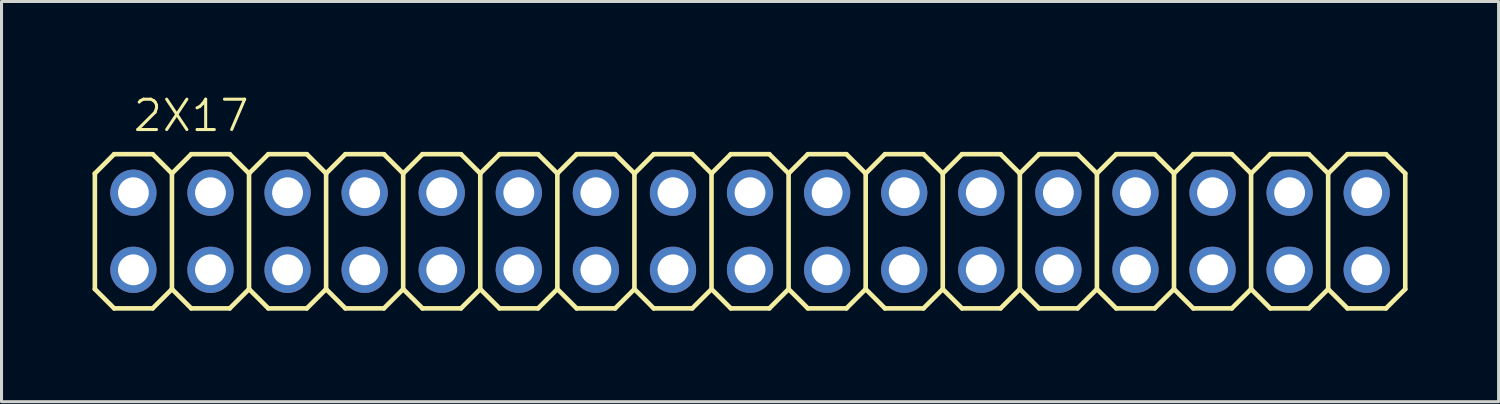
<source format=kicad_pcb>
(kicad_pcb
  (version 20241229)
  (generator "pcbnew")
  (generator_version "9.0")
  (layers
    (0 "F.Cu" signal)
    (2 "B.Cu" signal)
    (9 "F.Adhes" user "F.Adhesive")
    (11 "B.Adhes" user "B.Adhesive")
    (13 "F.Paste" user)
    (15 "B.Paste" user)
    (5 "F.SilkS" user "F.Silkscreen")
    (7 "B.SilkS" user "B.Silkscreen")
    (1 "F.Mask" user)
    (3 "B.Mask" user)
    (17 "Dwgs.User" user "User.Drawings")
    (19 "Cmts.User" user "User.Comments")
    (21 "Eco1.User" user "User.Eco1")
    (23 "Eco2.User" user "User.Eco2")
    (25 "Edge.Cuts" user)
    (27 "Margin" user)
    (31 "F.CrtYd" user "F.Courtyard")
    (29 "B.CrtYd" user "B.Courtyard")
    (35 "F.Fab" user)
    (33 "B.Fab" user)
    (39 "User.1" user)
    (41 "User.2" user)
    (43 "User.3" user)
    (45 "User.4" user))
  (footprint "2X17"
    (layer "F.Cu")
    (at 21.666 4.571)
    (property "Reference" "2X17" (at -18.415 -3.81 0) (layer "F.SilkS") (effects (font (size 1 1) (thickness 0.1))))
    (attr exclude_from_pos_files exclude_from_bom)
    (fp_line (start -21.59 -1.905) (end -20.955 -2.54) (stroke (width 0.152) (type solid)) (layer "F.SilkS"))
    (fp_line (start -21.59 1.905) (end -21.59 -1.905) (stroke (width 0.152) (type solid)) (layer "F.SilkS"))
    (fp_line (start -21.59 1.905) (end -20.955 2.54) (stroke (width 0.152) (type solid)) (layer "F.SilkS"))
    (fp_line (start -20.955 -2.54) (end -19.685 -2.54) (stroke (width 0.152) (type solid)) (layer "F.SilkS"))
    (fp_line (start -20.955 2.54) (end -19.685 2.54) (stroke (width 0.152) (type solid)) (layer "F.SilkS"))
    (fp_line (start -19.685 -2.54) (end -19.05 -1.905) (stroke (width 0.152) (type solid)) (layer "F.SilkS"))
    (fp_line (start -19.685 2.54) (end -19.05 1.905) (stroke (width 0.152) (type solid)) (layer "F.SilkS"))
    (fp_line (start -19.05 -1.905) (end -19.05 1.905) (stroke (width 0.152) (type solid)) (layer "F.SilkS"))
    (fp_line (start -19.05 -1.905) (end -18.415 -2.54) (stroke (width 0.152) (type solid)) (layer "F.SilkS"))
    (fp_line (start -19.05 1.905) (end -18.415 2.54) (stroke (width 0.152) (type solid)) (layer "F.SilkS"))
    (fp_line (start -18.415 -2.54) (end -17.145 -2.54) (stroke (width 0.152) (type solid)) (layer "F.SilkS"))
    (fp_line (start -18.415 2.54) (end -17.145 2.54) (stroke (width 0.152) (type solid)) (layer "F.SilkS"))
    (fp_line (start -17.145 -2.54) (end -16.51 -1.905) (stroke (width 0.152) (type solid)) (layer "F.SilkS"))
    (fp_line (start -17.145 2.54) (end -16.51 1.905) (stroke (width 0.152) (type solid)) (layer "F.SilkS"))
    (fp_line (start -16.51 -1.905) (end -16.51 1.905) (stroke (width 0.152) (type solid)) (layer "F.SilkS"))
    (fp_line (start -16.51 -1.905) (end -15.875 -2.54) (stroke (width 0.152) (type solid)) (layer "F.SilkS"))
    (fp_line (start -16.51 1.905) (end -15.875 2.54) (stroke (width 0.152) (type solid)) (layer "F.SilkS"))
    (fp_line (start -15.875 -2.54) (end -14.605 -2.54) (stroke (width 0.152) (type solid)) (layer "F.SilkS"))
    (fp_line (start -15.875 2.54) (end -14.605 2.54) (stroke (width 0.152) (type solid)) (layer "F.SilkS"))
    (fp_line (start -14.605 -2.54) (end -13.97 -1.905) (stroke (width 0.152) (type solid)) (layer "F.SilkS"))
    (fp_line (start -14.605 2.54) (end -13.97 1.905) (stroke (width 0.152) (type solid)) (layer "F.SilkS"))
    (fp_line (start -13.97 -1.905) (end -13.97 1.905) (stroke (width 0.152) (type solid)) (layer "F.SilkS"))
    (fp_line (start -13.97 -1.905) (end -13.335 -2.54) (stroke (width 0.152) (type solid)) (layer "F.SilkS"))
    (fp_line (start -13.97 1.905) (end -13.335 2.54) (stroke (width 0.152) (type solid)) (layer "F.SilkS"))
    (fp_line (start -13.335 -2.54) (end -12.065 -2.54) (stroke (width 0.152) (type solid)) (layer "F.SilkS"))
    (fp_line (start -13.335 2.54) (end -12.065 2.54) (stroke (width 0.152) (type solid)) (layer "F.SilkS"))
    (fp_line (start -12.065 -2.54) (end -11.43 -1.905) (stroke (width 0.152) (type solid)) (layer "F.SilkS"))
    (fp_line (start -12.065 2.54) (end -11.43 1.905) (stroke (width 0.152) (type solid)) (layer "F.SilkS"))
    (fp_line (start -11.43 -1.905) (end -11.43 1.905) (stroke (width 0.152) (type solid)) (layer "F.SilkS"))
    (fp_line (start -11.43 -1.905) (end -10.795 -2.54) (stroke (width 0.152) (type solid)) (layer "F.SilkS"))
    (fp_line (start -11.43 1.905) (end -10.795 2.54) (stroke (width 0.152) (type solid)) (layer "F.SilkS"))
    (fp_line (start -10.795 -2.54) (end -9.525 -2.54) (stroke (width 0.152) (type solid)) (layer "F.SilkS"))
    (fp_line (start -10.795 2.54) (end -9.525 2.54) (stroke (width 0.152) (type solid)) (layer "F.SilkS"))
    (fp_line (start -9.525 -2.54) (end -8.89 -1.905) (stroke (width 0.152) (type solid)) (layer "F.SilkS"))
    (fp_line (start -9.525 2.54) (end -8.89 1.905) (stroke (width 0.152) (type solid)) (layer "F.SilkS"))
    (fp_line (start -8.89 -1.905) (end -8.89 1.905) (stroke (width 0.152) (type solid)) (layer "F.SilkS"))
    (fp_line (start -8.89 -1.905) (end -8.255 -2.54) (stroke (width 0.152) (type solid)) (layer "F.SilkS"))
    (fp_line (start -8.89 1.905) (end -8.255 2.54) (stroke (width 0.152) (type solid)) (layer "F.SilkS"))
    (fp_line (start -8.255 -2.54) (end -6.985 -2.54) (stroke (width 0.152) (type solid)) (layer "F.SilkS"))
    (fp_line (start -8.255 2.54) (end -6.985 2.54) (stroke (width 0.152) (type solid)) (layer "F.SilkS"))
    (fp_line (start -6.985 -2.54) (end -6.35 -1.905) (stroke (width 0.152) (type solid)) (layer "F.SilkS"))
    (fp_line (start -6.985 2.54) (end -6.35 1.905) (stroke (width 0.152) (type solid)) (layer "F.SilkS"))
    (fp_line (start -6.35 -1.905) (end -6.35 1.905) (stroke (width 0.152) (type solid)) (layer "F.SilkS"))
    (fp_line (start -6.35 -1.905) (end -5.715 -2.54) (stroke (width 0.152) (type solid)) (layer "F.SilkS"))
    (fp_line (start -6.35 1.905) (end -5.715 2.54) (stroke (width 0.152) (type solid)) (layer "F.SilkS"))
    (fp_line (start -5.715 -2.54) (end -4.445 -2.54) (stroke (width 0.152) (type solid)) (layer "F.SilkS"))
    (fp_line (start -4.445 -2.54) (end -3.81 -1.905) (stroke (width 0.152) (type solid)) (layer "F.SilkS"))
    (fp_line (start -4.445 2.54) (end -5.715 2.54) (stroke (width 0.152) (type solid)) (layer "F.SilkS"))
    (fp_line (start -3.81 -1.905) (end -3.81 1.905) (stroke (width 0.152) (type solid)) (layer "F.SilkS"))
    (fp_line (start -3.81 -1.905) (end -3.175 -2.54) (stroke (width 0.152) (type solid)) (layer "F.SilkS"))
    (fp_line (start -3.81 1.905) (end -4.445 2.54) (stroke (width 0.152) (type solid)) (layer "F.SilkS"))
    (fp_line (start -3.81 1.905) (end -3.175 2.54) (stroke (width 0.152) (type solid)) (layer "F.SilkS"))
    (fp_line (start -3.175 -2.54) (end -1.905 -2.54) (stroke (width 0.152) (type solid)) (layer "F.SilkS"))
    (fp_line (start -1.905 -2.54) (end -1.27 -1.905) (stroke (width 0.152) (type solid)) (layer "F.SilkS"))
    (fp_line (start -1.905 2.54) (end -3.175 2.54) (stroke (width 0.152) (type solid)) (layer "F.SilkS"))
    (fp_line (start -1.27 -1.905) (end -1.27 1.905) (stroke (width 0.152) (type solid)) (layer "F.SilkS"))
    (fp_line (start -1.27 -1.905) (end -0.635 -2.54) (stroke (width 0.152) (type solid)) (layer "F.SilkS"))
    (fp_line (start -1.27 1.905) (end -1.905 2.54) (stroke (width 0.152) (type solid)) (layer "F.SilkS"))
    (fp_line (start -1.27 1.905) (end -0.635 2.54) (stroke (width 0.152) (type solid)) (layer "F.SilkS"))
    (fp_line (start -0.635 -2.54) (end 0.635 -2.54) (stroke (width 0.152) (type solid)) (layer "F.SilkS"))
    (fp_line (start 0.635 -2.54) (end 1.27 -1.905) (stroke (width 0.152) (type solid)) (layer "F.SilkS"))
    (fp_line (start 0.635 2.54) (end -0.635 2.54) (stroke (width 0.152) (type solid)) (layer "F.SilkS"))
    (fp_line (start 1.27 -1.905) (end 1.27 1.905) (stroke (width 0.152) (type solid)) (layer "F.SilkS"))
    (fp_line (start 1.27 -1.905) (end 1.905 -2.54) (stroke (width 0.152) (type solid)) (layer "F.SilkS"))
    (fp_line (start 1.27 1.905) (end 0.635 2.54) (stroke (width 0.152) (type solid)) (layer "F.SilkS"))
    (fp_line (start 1.27 1.905) (end 1.905 2.54) (stroke (width 0.152) (type solid)) (layer "F.SilkS"))
    (fp_line (start 1.905 -2.54) (end 3.175 -2.54) (stroke (width 0.152) (type solid)) (layer "F.SilkS"))
    (fp_line (start 3.175 -2.54) (end 3.81 -1.905) (stroke (width 0.152) (type solid)) (layer "F.SilkS"))
    (fp_line (start 3.175 2.54) (end 1.905 2.54) (stroke (width 0.152) (type solid)) (layer "F.SilkS"))
    (fp_line (start 3.81 -1.905) (end 3.81 1.905) (stroke (width 0.152) (type solid)) (layer "F.SilkS"))
    (fp_line (start 3.81 -1.905) (end 4.445 -2.54) (stroke (width 0.152) (type solid)) (layer "F.SilkS"))
    (fp_line (start 3.81 1.905) (end 3.175 2.54) (stroke (width 0.152) (type solid)) (layer "F.SilkS"))
    (fp_line (start 3.81 1.905) (end 4.445 2.54) (stroke (width 0.152) (type solid)) (layer "F.SilkS"))
    (fp_line (start 4.445 -2.54) (end 5.715 -2.54) (stroke (width 0.152) (type solid)) (layer "F.SilkS"))
    (fp_line (start 5.715 -2.54) (end 6.35 -1.905) (stroke (width 0.152) (type solid)) (layer "F.SilkS"))
    (fp_line (start 5.715 2.54) (end 4.445 2.54) (stroke (width 0.152) (type solid)) (layer "F.SilkS"))
    (fp_line (start 6.35 -1.905) (end 6.35 1.905) (stroke (width 0.152) (type solid)) (layer "F.SilkS"))
    (fp_line (start 6.35 -1.905) (end 6.985 -2.54) (stroke (width 0.152) (type solid)) (layer "F.SilkS"))
    (fp_line (start 6.35 1.905) (end 5.715 2.54) (stroke (width 0.152) (type solid)) (layer "F.SilkS"))
    (fp_line (start 6.35 1.905) (end 6.985 2.54) (stroke (width 0.152) (type solid)) (layer "F.SilkS"))
    (fp_line (start 6.985 -2.54) (end 8.255 -2.54) (stroke (width 0.152) (type solid)) (layer "F.SilkS"))
    (fp_line (start 8.255 2.54) (end 6.985 2.54) (stroke (width 0.152) (type solid)) (layer "F.SilkS"))
    (fp_line (start 8.89 -1.905) (end 8.255 -2.54) (stroke (width 0.152) (type solid)) (layer "F.SilkS"))
    (fp_line (start 8.89 -1.905) (end 8.89 1.905) (stroke (width 0.152) (type solid)) (layer "F.SilkS"))
    (fp_line (start 8.89 -1.905) (end 9.525 -2.54) (stroke (width 0.152) (type solid)) (layer "F.SilkS"))
    (fp_line (start 8.89 1.905) (end 8.255 2.54) (stroke (width 0.152) (type solid)) (layer "F.SilkS"))
    (fp_line (start 8.89 1.905) (end 9.525 2.54) (stroke (width 0.152) (type solid)) (layer "F.SilkS"))
    (fp_line (start 10.795 -2.54) (end 9.525 -2.54) (stroke (width 0.152) (type solid)) (layer "F.SilkS"))
    (fp_line (start 10.795 -2.54) (end 11.43 -1.905) (stroke (width 0.152) (type solid)) (layer "F.SilkS"))
    (fp_line (start 10.795 2.54) (end 9.525 2.54) (stroke (width 0.152) (type solid)) (layer "F.SilkS"))
    (fp_line (start 11.43 -1.905) (end 11.43 1.905) (stroke (width 0.152) (type solid)) (layer "F.SilkS"))
    (fp_line (start 11.43 -1.905) (end 12.065 -2.54) (stroke (width 0.152) (type solid)) (layer "F.SilkS"))
    (fp_line (start 11.43 1.905) (end 10.795 2.54) (stroke (width 0.152) (type solid)) (layer "F.SilkS"))
    (fp_line (start 11.43 1.905) (end 12.065 2.54) (stroke (width 0.152) (type solid)) (layer "F.SilkS"))
    (fp_line (start 13.335 -2.54) (end 12.065 -2.54) (stroke (width 0.152) (type solid)) (layer "F.SilkS"))
    (fp_line (start 13.335 -2.54) (end 13.97 -1.905) (stroke (width 0.152) (type solid)) (layer "F.SilkS"))
    (fp_line (start 13.335 2.54) (end 12.065 2.54) (stroke (width 0.152) (type solid)) (layer "F.SilkS"))
    (fp_line (start 13.97 -1.905) (end 13.97 1.905) (stroke (width 0.152) (type solid)) (layer "F.SilkS"))
    (fp_line (start 13.97 -1.905) (end 14.605 -2.54) (stroke (width 0.152) (type solid)) (layer "F.SilkS"))
    (fp_line (start 13.97 1.905) (end 13.335 2.54) (stroke (width 0.152) (type solid)) (layer "F.SilkS"))
    (fp_line (start 14.605 2.54) (end 13.97 1.905) (stroke (width 0.152) (type solid)) (layer "F.SilkS"))
    (fp_line (start 14.605 2.54) (end 15.875 2.54) (stroke (width 0.152) (type solid)) (layer "F.SilkS"))
    (fp_line (start 15.875 -2.54) (end 14.605 -2.54) (stroke (width 0.152) (type solid)) (layer "F.SilkS"))
    (fp_line (start 15.875 -2.54) (end 16.51 -1.905) (stroke (width 0.152) (type solid)) (layer "F.SilkS"))
    (fp_line (start 16.51 -1.905) (end 16.51 1.905) (stroke (width 0.152) (type solid)) (layer "F.SilkS"))
    (fp_line (start 16.51 -1.905) (end 17.145 -2.54) (stroke (width 0.152) (type solid)) (layer "F.SilkS"))
    (fp_line (start 16.51 1.905) (end 15.875 2.54) (stroke (width 0.152) (type solid)) (layer "F.SilkS"))
    (fp_line (start 17.145 2.54) (end 16.51 1.905) (stroke (width 0.152) (type solid)) (layer "F.SilkS"))
    (fp_line (start 17.145 2.54) (end 18.415 2.54) (stroke (width 0.152) (type solid)) (layer "F.SilkS"))
    (fp_line (start 18.415 -2.54) (end 17.145 -2.54) (stroke (width 0.152) (type solid)) (layer "F.SilkS"))
    (fp_line (start 18.415 -2.54) (end 19.05 -1.905) (stroke (width 0.152) (type solid)) (layer "F.SilkS"))
    (fp_line (start 19.05 -1.905) (end 19.05 1.905) (stroke (width 0.152) (type solid)) (layer "F.SilkS"))
    (fp_line (start 19.05 -1.905) (end 19.685 -2.54) (stroke (width 0.152) (type solid)) (layer "F.SilkS"))
    (fp_line (start 19.05 1.905) (end 18.415 2.54) (stroke (width 0.152) (type solid)) (layer "F.SilkS"))
    (fp_line (start 19.05 1.905) (end 19.685 2.54) (stroke (width 0.152) (type solid)) (layer "F.SilkS"))
    (fp_line (start 20.955 -2.54) (end 19.685 -2.54) (stroke (width 0.152) (type solid)) (layer "F.SilkS"))
    (fp_line (start 20.955 -2.54) (end 21.59 -1.905) (stroke (width 0.152) (type solid)) (layer "F.SilkS"))
    (fp_line (start 20.955 2.54) (end 19.685 2.54) (stroke (width 0.152) (type solid)) (layer "F.SilkS"))
    (fp_line (start 21.59 -1.905) (end 21.59 1.905) (stroke (width 0.152) (type solid)) (layer "F.SilkS"))
    (fp_line (start 21.59 1.905) (end 20.955 2.54) (stroke (width 0.152) (type solid)) (layer "F.SilkS"))
    (fp_line (start -20.574 -1.524) (end -20.066 -1.524) (stroke (width 0.066) (type solid)) (layer "Dwgs.User"))
    (fp_line (start -20.574 -1.016) (end -20.574 -1.524) (stroke (width 0.066) (type solid)) (layer "Dwgs.User"))
    (fp_line (start -20.574 -1.016) (end -20.066 -1.016) (stroke (width 0.066) (type solid)) (layer "Dwgs.User"))
    (fp_line (start -20.574 1.016) (end -20.066 1.016) (stroke (width 0.066) (type solid)) (layer "Dwgs.User"))
    (fp_line (start -20.574 1.524) (end -20.574 1.016) (stroke (width 0.066) (type solid)) (layer "Dwgs.User"))
    (fp_line (start -20.574 1.524) (end -20.066 1.524) (stroke (width 0.066) (type solid)) (layer "Dwgs.User"))
    (fp_line (start -20.066 -1.016) (end -20.066 -1.524) (stroke (width 0.066) (type solid)) (layer "Dwgs.User"))
    (fp_line (start -20.066 1.524) (end -20.066 1.016) (stroke (width 0.066) (type solid)) (layer "Dwgs.User"))
    (fp_line (start -18.034 -1.524) (end -17.523 -1.524) (stroke (width 0.066) (type solid)) (layer "Dwgs.User"))
    (fp_line (start -18.034 -1.016) (end -18.034 -1.524) (stroke (width 0.066) (type solid)) (layer "Dwgs.User"))
    (fp_line (start -18.034 -1.016) (end -17.523 -1.016) (stroke (width 0.066) (type solid)) (layer "Dwgs.User"))
    (fp_line (start -18.034 1.016) (end -17.523 1.016) (stroke (width 0.066) (type solid)) (layer "Dwgs.User"))
    (fp_line (start -18.034 1.524) (end -18.034 1.016) (stroke (width 0.066) (type solid)) (layer "Dwgs.User"))
    (fp_line (start -18.034 1.524) (end -17.523 1.524) (stroke (width 0.066) (type solid)) (layer "Dwgs.User"))
    (fp_line (start -17.523 -1.016) (end -17.523 -1.524) (stroke (width 0.066) (type solid)) (layer "Dwgs.User"))
    (fp_line (start -17.523 1.524) (end -17.523 1.016) (stroke (width 0.066) (type solid)) (layer "Dwgs.User"))
    (fp_line (start -15.494 -1.524) (end -14.986 -1.524) (stroke (width 0.066) (type solid)) (layer "Dwgs.User"))
    (fp_line (start -15.494 -1.016) (end -15.494 -1.524) (stroke (width 0.066) (type solid)) (layer "Dwgs.User"))
    (fp_line (start -15.494 -1.016) (end -14.986 -1.016) (stroke (width 0.066) (type solid)) (layer "Dwgs.User"))
    (fp_line (start -15.494 1.016) (end -14.986 1.016) (stroke (width 0.066) (type solid)) (layer "Dwgs.User"))
    (fp_line (start -15.494 1.524) (end -15.494 1.016) (stroke (width 0.066) (type solid)) (layer "Dwgs.User"))
    (fp_line (start -15.494 1.524) (end -14.986 1.524) (stroke (width 0.066) (type solid)) (layer "Dwgs.User"))
    (fp_line (start -14.986 -1.016) (end -14.986 -1.524) (stroke (width 0.066) (type solid)) (layer "Dwgs.User"))
    (fp_line (start -14.986 1.524) (end -14.986 1.016) (stroke (width 0.066) (type solid)) (layer "Dwgs.User"))
    (fp_line (start -12.954 -1.524) (end -12.446 -1.524) (stroke (width 0.066) (type solid)) (layer "Dwgs.User"))
    (fp_line (start -12.954 -1.016) (end -12.954 -1.524) (stroke (width 0.066) (type solid)) (layer "Dwgs.User"))
    (fp_line (start -12.954 -1.016) (end -12.446 -1.016) (stroke (width 0.066) (type solid)) (layer "Dwgs.User"))
    (fp_line (start -12.954 1.016) (end -12.446 1.016) (stroke (width 0.066) (type solid)) (layer "Dwgs.User"))
    (fp_line (start -12.954 1.524) (end -12.954 1.016) (stroke (width 0.066) (type solid)) (layer "Dwgs.User"))
    (fp_line (start -12.954 1.524) (end -12.446 1.524) (stroke (width 0.066) (type solid)) (layer "Dwgs.User"))
    (fp_line (start -12.446 -1.016) (end -12.446 -1.524) (stroke (width 0.066) (type solid)) (layer "Dwgs.User"))
    (fp_line (start -12.446 1.524) (end -12.446 1.016) (stroke (width 0.066) (type solid)) (layer "Dwgs.User"))
    (fp_line (start -10.414 -1.524) (end -9.906 -1.524) (stroke (width 0.066) (type solid)) (layer "Dwgs.User"))
    (fp_line (start -10.414 -1.016) (end -10.414 -1.524) (stroke (width 0.066) (type solid)) (layer "Dwgs.User"))
    (fp_line (start -10.414 -1.016) (end -9.906 -1.016) (stroke (width 0.066) (type solid)) (layer "Dwgs.User"))
    (fp_line (start -10.414 1.016) (end -9.906 1.016) (stroke (width 0.066) (type solid)) (layer "Dwgs.User"))
    (fp_line (start -10.414 1.524) (end -10.414 1.016) (stroke (width 0.066) (type solid)) (layer "Dwgs.User"))
    (fp_line (start -10.414 1.524) (end -9.906 1.524) (stroke (width 0.066) (type solid)) (layer "Dwgs.User"))
    (fp_line (start -9.906 -1.016) (end -9.906 -1.524) (stroke (width 0.066) (type solid)) (layer "Dwgs.User"))
    (fp_line (start -9.906 1.524) (end -9.906 1.016) (stroke (width 0.066) (type solid)) (layer "Dwgs.User"))
    (fp_line (start -7.874 -1.524) (end -7.366 -1.524) (stroke (width 0.066) (type solid)) (layer "Dwgs.User"))
    (fp_line (start -7.874 -1.016) (end -7.874 -1.524) (stroke (width 0.066) (type solid)) (layer "Dwgs.User"))
    (fp_line (start -7.874 -1.016) (end -7.366 -1.016) (stroke (width 0.066) (type solid)) (layer "Dwgs.User"))
    (fp_line (start -7.874 1.016) (end -7.366 1.016) (stroke (width 0.066) (type solid)) (layer "Dwgs.User"))
    (fp_line (start -7.874 1.524) (end -7.874 1.016) (stroke (width 0.066) (type solid)) (layer "Dwgs.User"))
    (fp_line (start -7.874 1.524) (end -7.366 1.524) (stroke (width 0.066) (type solid)) (layer "Dwgs.User"))
    (fp_line (start -7.366 -1.016) (end -7.366 -1.524) (stroke (width 0.066) (type solid)) (layer "Dwgs.User"))
    (fp_line (start -7.366 1.524) (end -7.366 1.016) (stroke (width 0.066) (type solid)) (layer "Dwgs.User"))
    (fp_line (start -5.334 -1.524) (end -4.826 -1.524) (stroke (width 0.066) (type solid)) (layer "Dwgs.User"))
    (fp_line (start -5.334 -1.016) (end -5.334 -1.524) (stroke (width 0.066) (type solid)) (layer "Dwgs.User"))
    (fp_line (start -5.334 -1.016) (end -4.826 -1.016) (stroke (width 0.066) (type solid)) (layer "Dwgs.User"))
    (fp_line (start -5.334 1.016) (end -4.826 1.016) (stroke (width 0.066) (type solid)) (layer "Dwgs.User"))
    (fp_line (start -5.334 1.524) (end -5.334 1.016) (stroke (width 0.066) (type solid)) (layer "Dwgs.User"))
    (fp_line (start -5.334 1.524) (end -4.826 1.524) (stroke (width 0.066) (type solid)) (layer "Dwgs.User"))
    (fp_line (start -4.826 -1.016) (end -4.826 -1.524) (stroke (width 0.066) (type solid)) (layer "Dwgs.User"))
    (fp_line (start -4.826 1.524) (end -4.826 1.016) (stroke (width 0.066) (type solid)) (layer "Dwgs.User"))
    (fp_line (start -2.794 -1.524) (end -2.286 -1.524) (stroke (width 0.066) (type solid)) (layer "Dwgs.User"))
    (fp_line (start -2.794 -1.016) (end -2.794 -1.524) (stroke (width 0.066) (type solid)) (layer "Dwgs.User"))
    (fp_line (start -2.794 -1.016) (end -2.286 -1.016) (stroke (width 0.066) (type solid)) (layer "Dwgs.User"))
    (fp_line (start -2.794 1.016) (end -2.286 1.016) (stroke (width 0.066) (type solid)) (layer "Dwgs.User"))
    (fp_line (start -2.794 1.524) (end -2.794 1.016) (stroke (width 0.066) (type solid)) (layer "Dwgs.User"))
    (fp_line (start -2.794 1.524) (end -2.286 1.524) (stroke (width 0.066) (type solid)) (layer "Dwgs.User"))
    (fp_line (start -2.286 -1.016) (end -2.286 -1.524) (stroke (width 0.066) (type solid)) (layer "Dwgs.User"))
    (fp_line (start -2.286 1.524) (end -2.286 1.016) (stroke (width 0.066) (type solid)) (layer "Dwgs.User"))
    (fp_line (start -0.254 -1.524) (end 0.254 -1.524) (stroke (width 0.066) (type solid)) (layer "Dwgs.User"))
    (fp_line (start -0.254 -1.016) (end -0.254 -1.524) (stroke (width 0.066) (type solid)) (layer "Dwgs.User"))
    (fp_line (start -0.254 -1.016) (end 0.254 -1.016) (stroke (width 0.066) (type solid)) (layer "Dwgs.User"))
    (fp_line (start -0.254 1.016) (end 0.254 1.016) (stroke (width 0.066) (type solid)) (layer "Dwgs.User"))
    (fp_line (start -0.254 1.524) (end -0.254 1.016) (stroke (width 0.066) (type solid)) (layer "Dwgs.User"))
    (fp_line (start -0.254 1.524) (end 0.254 1.524) (stroke (width 0.066) (type solid)) (layer "Dwgs.User"))
    (fp_line (start 0.254 -1.016) (end 0.254 -1.524) (stroke (width 0.066) (type solid)) (layer "Dwgs.User"))
    (fp_line (start 0.254 1.524) (end 0.254 1.016) (stroke (width 0.066) (type solid)) (layer "Dwgs.User"))
    (fp_line (start 2.286 -1.524) (end 2.794 -1.524) (stroke (width 0.066) (type solid)) (layer "Dwgs.User"))
    (fp_line (start 2.286 -1.016) (end 2.286 -1.524) (stroke (width 0.066) (type solid)) (layer "Dwgs.User"))
    (fp_line (start 2.286 -1.016) (end 2.794 -1.016) (stroke (width 0.066) (type solid)) (layer "Dwgs.User"))
    (fp_line (start 2.286 1.016) (end 2.794 1.016) (stroke (width 0.066) (type solid)) (layer "Dwgs.User"))
    (fp_line (start 2.286 1.524) (end 2.286 1.016) (stroke (width 0.066) (type solid)) (layer "Dwgs.User"))
    (fp_line (start 2.286 1.524) (end 2.794 1.524) (stroke (width 0.066) (type solid)) (layer "Dwgs.User"))
    (fp_line (start 2.794 -1.016) (end 2.794 -1.524) (stroke (width 0.066) (type solid)) (layer "Dwgs.User"))
    (fp_line (start 2.794 1.524) (end 2.794 1.016) (stroke (width 0.066) (type solid)) (layer "Dwgs.User"))
    (fp_line (start 4.826 -1.524) (end 5.334 -1.524) (stroke (width 0.066) (type solid)) (layer "Dwgs.User"))
    (fp_line (start 4.826 -1.016) (end 4.826 -1.524) (stroke (width 0.066) (type solid)) (layer "Dwgs.User"))
    (fp_line (start 4.826 -1.016) (end 5.334 -1.016) (stroke (width 0.066) (type solid)) (layer "Dwgs.User"))
    (fp_line (start 4.826 1.016) (end 5.334 1.016) (stroke (width 0.066) (type solid)) (layer "Dwgs.User"))
    (fp_line (start 4.826 1.524) (end 4.826 1.016) (stroke (width 0.066) (type solid)) (layer "Dwgs.User"))
    (fp_line (start 4.826 1.524) (end 5.334 1.524) (stroke (width 0.066) (type solid)) (layer "Dwgs.User"))
    (fp_line (start 5.334 -1.016) (end 5.334 -1.524) (stroke (width 0.066) (type solid)) (layer "Dwgs.User"))
    (fp_line (start 5.334 1.524) (end 5.334 1.016) (stroke (width 0.066) (type solid)) (layer "Dwgs.User"))
    (fp_line (start 7.366 -1.524) (end 7.874 -1.524) (stroke (width 0.066) (type solid)) (layer "Dwgs.User"))
    (fp_line (start 7.366 -1.016) (end 7.366 -1.524) (stroke (width 0.066) (type solid)) (layer "Dwgs.User"))
    (fp_line (start 7.366 -1.016) (end 7.874 -1.016) (stroke (width 0.066) (type solid)) (layer "Dwgs.User"))
    (fp_line (start 7.366 1.016) (end 7.874 1.016) (stroke (width 0.066) (type solid)) (layer "Dwgs.User"))
    (fp_line (start 7.366 1.524) (end 7.366 1.016) (stroke (width 0.066) (type solid)) (layer "Dwgs.User"))
    (fp_line (start 7.366 1.524) (end 7.874 1.524) (stroke (width 0.066) (type solid)) (layer "Dwgs.User"))
    (fp_line (start 7.874 -1.016) (end 7.874 -1.524) (stroke (width 0.066) (type solid)) (layer "Dwgs.User"))
    (fp_line (start 7.874 1.524) (end 7.874 1.016) (stroke (width 0.066) (type solid)) (layer "Dwgs.User"))
    (fp_line (start 9.906 -1.524) (end 10.414 -1.524) (stroke (width 0.066) (type solid)) (layer "Dwgs.User"))
    (fp_line (start 9.906 -1.016) (end 9.906 -1.524) (stroke (width 0.066) (type solid)) (layer "Dwgs.User"))
    (fp_line (start 9.906 -1.016) (end 10.414 -1.016) (stroke (width 0.066) (type solid)) (layer "Dwgs.User"))
    (fp_line (start 9.906 1.016) (end 10.414 1.016) (stroke (width 0.066) (type solid)) (layer "Dwgs.User"))
    (fp_line (start 9.906 1.524) (end 9.906 1.016) (stroke (width 0.066) (type solid)) (layer "Dwgs.User"))
    (fp_line (start 9.906 1.524) (end 10.414 1.524) (stroke (width 0.066) (type solid)) (layer "Dwgs.User"))
    (fp_line (start 10.414 -1.016) (end 10.414 -1.524) (stroke (width 0.066) (type solid)) (layer "Dwgs.User"))
    (fp_line (start 10.414 1.524) (end 10.414 1.016) (stroke (width 0.066) (type solid)) (layer "Dwgs.User"))
    (fp_line (start 12.446 -1.524) (end 12.954 -1.524) (stroke (width 0.066) (type solid)) (layer "Dwgs.User"))
    (fp_line (start 12.446 -1.016) (end 12.446 -1.524) (stroke (width 0.066) (type solid)) (layer "Dwgs.User"))
    (fp_line (start 12.446 -1.016) (end 12.954 -1.016) (stroke (width 0.066) (type solid)) (layer "Dwgs.User"))
    (fp_line (start 12.446 1.016) (end 12.954 1.016) (stroke (width 0.066) (type solid)) (layer "Dwgs.User"))
    (fp_line (start 12.446 1.524) (end 12.446 1.016) (stroke (width 0.066) (type solid)) (layer "Dwgs.User"))
    (fp_line (start 12.446 1.524) (end 12.954 1.524) (stroke (width 0.066) (type solid)) (layer "Dwgs.User"))
    (fp_line (start 12.954 -1.016) (end 12.954 -1.524) (stroke (width 0.066) (type solid)) (layer "Dwgs.User"))
    (fp_line (start 12.954 1.524) (end 12.954 1.016) (stroke (width 0.066) (type solid)) (layer "Dwgs.User"))
    (fp_line (start 14.986 -1.524) (end 15.494 -1.524) (stroke (width 0.066) (type solid)) (layer "Dwgs.User"))
    (fp_line (start 14.986 -1.016) (end 14.986 -1.524) (stroke (width 0.066) (type solid)) (layer "Dwgs.User"))
    (fp_line (start 14.986 -1.016) (end 15.494 -1.016) (stroke (width 0.066) (type solid)) (layer "Dwgs.User"))
    (fp_line (start 14.986 1.016) (end 15.494 1.016) (stroke (width 0.066) (type solid)) (layer "Dwgs.User"))
    (fp_line (start 14.986 1.524) (end 14.986 1.016) (stroke (width 0.066) (type solid)) (layer "Dwgs.User"))
    (fp_line (start 14.986 1.524) (end 15.494 1.524) (stroke (width 0.066) (type solid)) (layer "Dwgs.User"))
    (fp_line (start 15.494 -1.016) (end 15.494 -1.524) (stroke (width 0.066) (type solid)) (layer "Dwgs.User"))
    (fp_line (start 15.494 1.524) (end 15.494 1.016) (stroke (width 0.066) (type solid)) (layer "Dwgs.User"))
    (fp_line (start 17.523 -1.524) (end 18.034 -1.524) (stroke (width 0.066) (type solid)) (layer "Dwgs.User"))
    (fp_line (start 17.523 -1.016) (end 17.523 -1.524) (stroke (width 0.066) (type solid)) (layer "Dwgs.User"))
    (fp_line (start 17.523 -1.016) (end 18.034 -1.016) (stroke (width 0.066) (type solid)) (layer "Dwgs.User"))
    (fp_line (start 17.523 1.016) (end 18.034 1.016) (stroke (width 0.066) (type solid)) (layer "Dwgs.User"))
    (fp_line (start 17.523 1.524) (end 17.523 1.016) (stroke (width 0.066) (type solid)) (layer "Dwgs.User"))
    (fp_line (start 17.523 1.524) (end 18.034 1.524) (stroke (width 0.066) (type solid)) (layer "Dwgs.User"))
    (fp_line (start 18.034 -1.016) (end 18.034 -1.524) (stroke (width 0.066) (type solid)) (layer "Dwgs.User"))
    (fp_line (start 18.034 1.524) (end 18.034 1.016) (stroke (width 0.066) (type solid)) (layer "Dwgs.User"))
    (fp_line (start 20.066 -1.524) (end 20.574 -1.524) (stroke (width 0.066) (type solid)) (layer "Dwgs.User"))
    (fp_line (start 20.066 -1.016) (end 20.066 -1.524) (stroke (width 0.066) (type solid)) (layer "Dwgs.User"))
    (fp_line (start 20.066 -1.016) (end 20.574 -1.016) (stroke (width 0.066) (type solid)) (layer "Dwgs.User"))
    (fp_line (start 20.066 1.016) (end 20.574 1.016) (stroke (width 0.066) (type solid)) (layer "Dwgs.User"))
    (fp_line (start 20.066 1.524) (end 20.066 1.016) (stroke (width 0.066) (type solid)) (layer "Dwgs.User"))
    (fp_line (start 20.066 1.524) (end 20.574 1.524) (stroke (width 0.066) (type solid)) (layer "Dwgs.User"))
    (fp_line (start 20.574 -1.016) (end 20.574 -1.524) (stroke (width 0.066) (type solid)) (layer "Dwgs.User"))
    (fp_line (start 20.574 1.524) (end 20.574 1.016) (stroke (width 0.066) (type solid)) (layer "Dwgs.User"))
    (pad "1" thru_hole circle (at -20.32 1.27) (size 1.524 1.524) (drill 1.016) (layers "*.Cu" "*.Paste" "*.Mask"))
    (pad "2" thru_hole circle (at -20.32 -1.27) (size 1.524 1.524) (drill 1.016) (layers "*.Cu" "*.Paste" "*.Mask"))
    (pad "3" thru_hole circle (at -17.78 1.27) (size 1.524 1.524) (drill 1.016) (layers "*.Cu" "*.Paste" "*.Mask"))
    (pad "4" thru_hole circle (at -17.78 -1.27) (size 1.524 1.524) (drill 1.016) (layers "*.Cu" "*.Paste" "*.Mask"))
    (pad "5" thru_hole circle (at -15.24 1.27) (size 1.524 1.524) (drill 1.016) (layers "*.Cu" "*.Paste" "*.Mask"))
    (pad "6" thru_hole circle (at -15.24 -1.27) (size 1.524 1.524) (drill 1.016) (layers "*.Cu" "*.Paste" "*.Mask"))
    (pad "7" thru_hole circle (at -12.7 1.27) (size 1.524 1.524) (drill 1.016) (layers "*.Cu" "*.Paste" "*.Mask"))
    (pad "8" thru_hole circle (at -12.7 -1.27) (size 1.524 1.524) (drill 1.016) (layers "*.Cu" "*.Paste" "*.Mask"))
    (pad "9" thru_hole circle (at -10.16 1.27) (size 1.524 1.524) (drill 1.016) (layers "*.Cu" "*.Paste" "*.Mask"))
    (pad "10" thru_hole circle (at -10.16 -1.27) (size 1.524 1.524) (drill 1.016) (layers "*.Cu" "*.Paste" "*.Mask"))
    (pad "11" thru_hole circle (at -7.62 1.27) (size 1.524 1.524) (drill 1.016) (layers "*.Cu" "*.Paste" "*.Mask"))
    (pad "12" thru_hole circle (at -7.62 -1.27) (size 1.524 1.524) (drill 1.016) (layers "*.Cu" "*.Paste" "*.Mask"))
    (pad "13" thru_hole circle (at -5.08 1.27) (size 1.524 1.524) (drill 1.016) (layers "*.Cu" "*.Paste" "*.Mask"))
    (pad "14" thru_hole circle (at -5.08 -1.27) (size 1.524 1.524) (drill 1.016) (layers "*.Cu" "*.Paste" "*.Mask"))
    (pad "15" thru_hole circle (at -2.54 1.27) (size 1.524 1.524) (drill 1.016) (layers "*.Cu" "*.Paste" "*.Mask"))
    (pad "16" thru_hole circle (at -2.54 -1.27) (size 1.524 1.524) (drill 1.016) (layers "*.Cu" "*.Paste" "*.Mask"))
    (pad "17" thru_hole circle (at 0 1.27) (size 1.524 1.524) (drill 1.016) (layers "*.Cu" "*.Paste" "*.Mask"))
    (pad "18" thru_hole circle (at 0 -1.27) (size 1.524 1.524) (drill 1.016) (layers "*.Cu" "*.Paste" "*.Mask"))
    (pad "19" thru_hole circle (at 2.54 1.27) (size 1.524 1.524) (drill 1.016) (layers "*.Cu" "*.Paste" "*.Mask"))
    (pad "20" thru_hole circle (at 2.54 -1.27) (size 1.524 1.524) (drill 1.016) (layers "*.Cu" "*.Paste" "*.Mask"))
    (pad "21" thru_hole circle (at 5.08 1.27) (size 1.524 1.524) (drill 1.016) (layers "*.Cu" "*.Paste" "*.Mask"))
    (pad "22" thru_hole circle (at 5.08 -1.27) (size 1.524 1.524) (drill 1.016) (layers "*.Cu" "*.Paste" "*.Mask"))
    (pad "23" thru_hole circle (at 7.62 1.27) (size 1.524 1.524) (drill 1.016) (layers "*.Cu" "*.Paste" "*.Mask"))
    (pad "24" thru_hole circle (at 7.62 -1.27) (size 1.524 1.524) (drill 1.016) (layers "*.Cu" "*.Paste" "*.Mask"))
    (pad "25" thru_hole circle (at 10.16 1.27) (size 1.524 1.524) (drill 1.016) (layers "*.Cu" "*.Paste" "*.Mask"))
    (pad "26" thru_hole circle (at 10.16 -1.27) (size 1.524 1.524) (drill 1.016) (layers "*.Cu" "*.Paste" "*.Mask"))
    (pad "27" thru_hole circle (at 12.7 1.27) (size 1.524 1.524) (drill 1.016) (layers "*.Cu" "*.Paste" "*.Mask"))
    (pad "28" thru_hole circle (at 12.7 -1.27) (size 1.524 1.524) (drill 1.016) (layers "*.Cu" "*.Paste" "*.Mask"))
    (pad "29" thru_hole circle (at 15.24 1.27) (size 1.524 1.524) (drill 1.016) (layers "*.Cu" "*.Paste" "*.Mask"))
    (pad "30" thru_hole circle (at 15.24 -1.27) (size 1.524 1.524) (drill 1.016) (layers "*.Cu" "*.Paste" "*.Mask"))
    (pad "31" thru_hole circle (at 17.78 1.27) (size 1.524 1.524) (drill 1.016) (layers "*.Cu" "*.Paste" "*.Mask"))
    (pad "32" thru_hole circle (at 17.78 -1.27) (size 1.524 1.524) (drill 1.016) (layers "*.Cu" "*.Paste" "*.Mask"))
    (pad "33" thru_hole circle (at 20.32 1.27) (size 1.524 1.524) (drill 1.016) (layers "*.Cu" "*.Paste" "*.Mask"))
    (pad "34" thru_hole circle (at 20.32 -1.27) (size 1.524 1.524) (drill 1.016) (layers "*.Cu" "*.Paste" "*.Mask")))
  (gr_rect
    (start -3 -3)
    (end 46.332 10.187)
    (stroke (width 0.1) (type default))
    (fill no)
    (layer "Edge.Cuts")))
</source>
